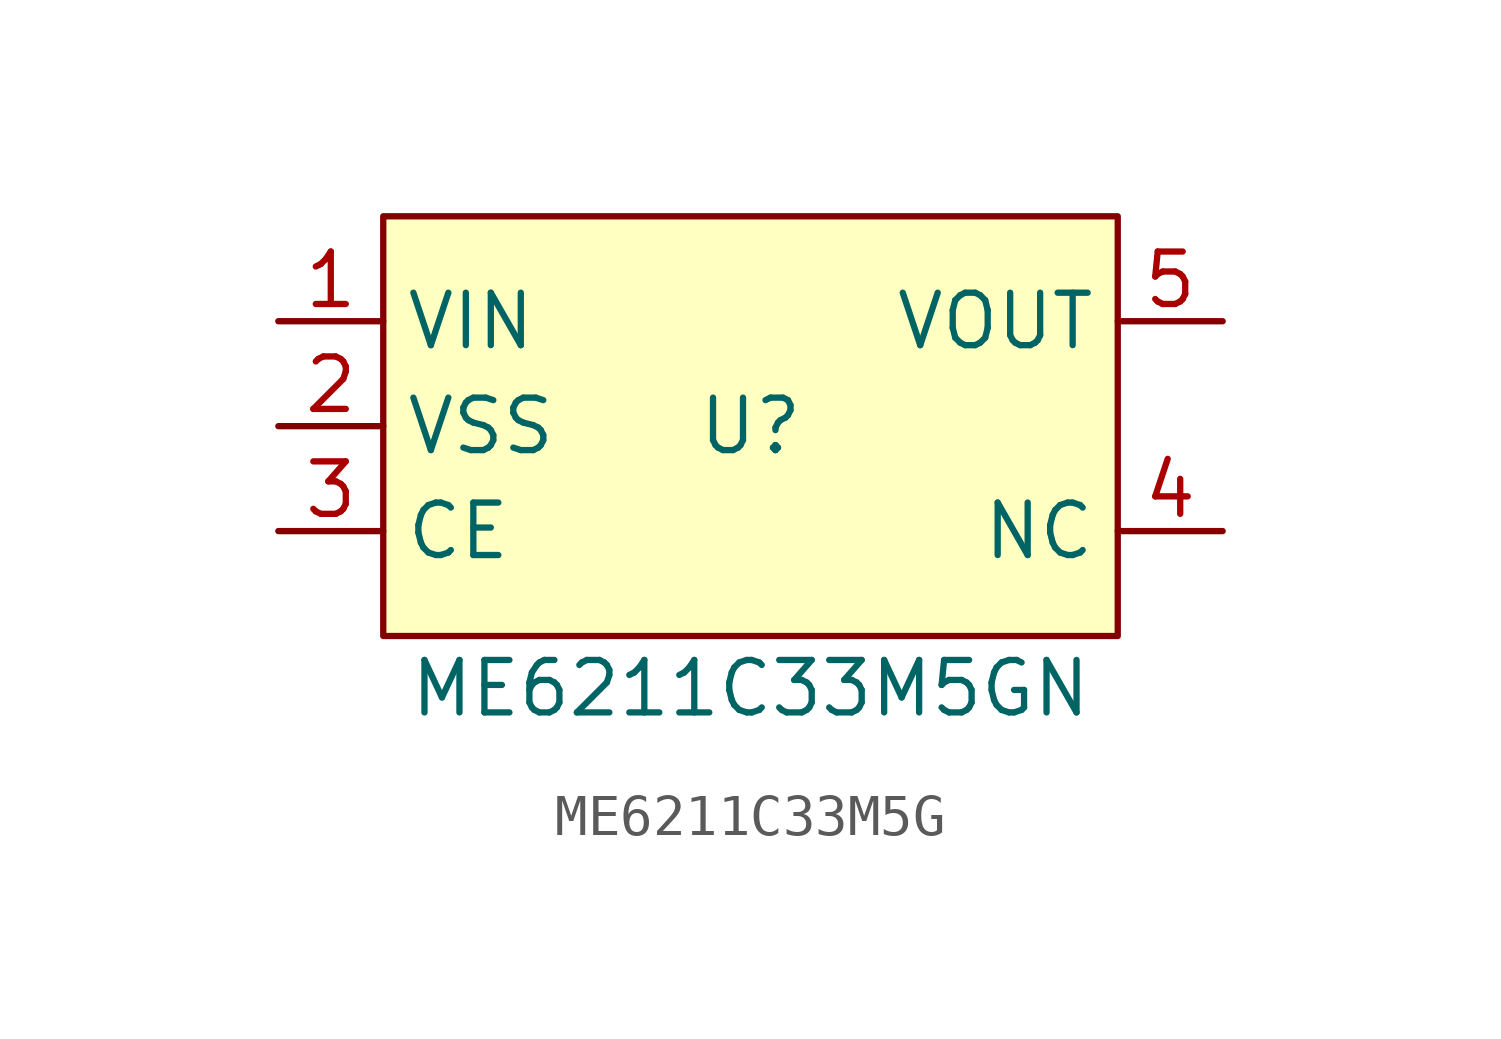
<source format=kicad_sym>
(kicad_symbol_lib
  (version 20220914)
  (generator kicad_symbol_editor)
  (symbol "ME6211C33M5G"
    (property "Reference" "U"
      (at 0 0 0)
      (effects (font (size 1.27 1.27))))
    (property "Value" "ME6211C33M5GN"
      (at 0 -6.35 0)
      (effects (font (size 1.27 1.27))))
    (property "LCSC" ""
      (at 0 0 0)
      (effects (font (size 1.27 1.27))))
    (symbol "ME6211C33M5G_0_1"
      (rectangle (start -8.89 5.08) (end 8.89 -5.08) (stroke (width 0) (type default)) (fill (type background))))
    (symbol "ME6211C33M5G_1_1"
      (pin input line (at -11.43 2.54 0) (length 2.54) (name "VIN" (effects (font (size 1.27 1.27)))) (number "1" (effects (font (size 1.27 1.27)))))
      (pin input line (at -11.43 0 0) (length 2.54) (name "VSS" (effects (font (size 1.27 1.27)))) (number "2" (effects (font (size 1.27 1.27)))))
      (pin input line (at -11.43 -2.54 0) (length 2.54) (name "CE" (effects (font (size 1.27 1.27)))) (number "3" (effects (font (size 1.27 1.27)))))
      (pin input line (at 11.43 -2.54 180) (length 2.54) (name "NC" (effects (font (size 1.27 1.27)))) (number "4" (effects (font (size 1.27 1.27)))))
      (pin input line (at 11.43 2.54 180) (length 2.54) (name "VOUT" (effects (font (size 1.27 1.27)))) (number "5" (effects (font (size 1.27 1.27))))))))
</source>
